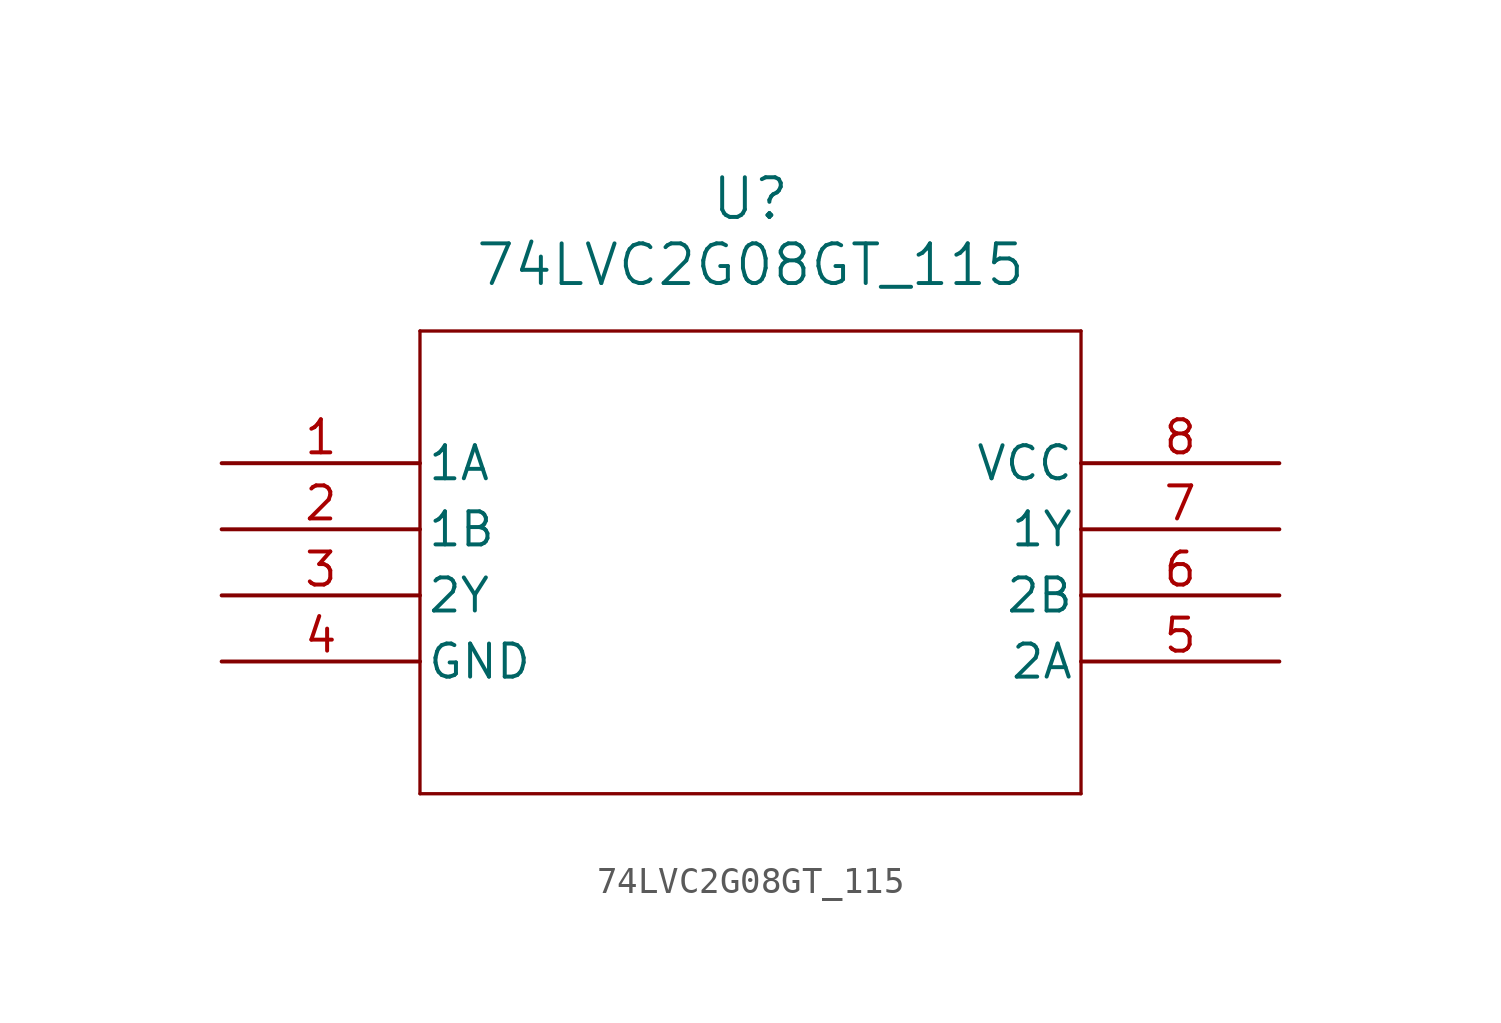
<source format=kicad_sym>
(kicad_symbol_lib
  (version 20211014)
  (generator kicad_symbol_editor)
  (symbol "74LVC2G08GT_115"
    (pin_names
      (offset 0.254))
    (property "Reference" "U"
      (at 20.32 10.16 0)
      (effects (font (size 1.524 1.524))))
    (property "Value" "74LVC2G08GT_115"
      (at 20.32 7.62 0)
      (effects (font (size 1.524 1.524))))
    (symbol "74LVC2G08GT_115_0_1"
      (polyline (pts (xy 7.62 5.08) (xy 7.62 -12.7)) (stroke (width 0.127) (type default) (color 0 0 0 0)) (fill (type none)))
      (polyline (pts (xy 7.62 -12.7) (xy 33.02 -12.7)) (stroke (width 0.127) (type default) (color 0 0 0 0)) (fill (type none)))
      (polyline (pts (xy 33.02 -12.7) (xy 33.02 5.08)) (stroke (width 0.127) (type default) (color 0 0 0 0)) (fill (type none)))
      (polyline (pts (xy 33.02 5.08) (xy 7.62 5.08)) (stroke (width 0.127) (type default) (color 0 0 0 0)) (fill (type none)))
      (pin input line (at 0 0 0) (length 7.62) (name "1A" (effects (font (size 1.27 1.27)))) (number "1" (effects (font (size 1.27 1.27)))))
      (pin input line (at 0 -2.54 0) (length 7.62) (name "1B" (effects (font (size 1.27 1.27)))) (number "2" (effects (font (size 1.27 1.27)))))
      (pin output line (at 0 -5.08 0) (length 7.62) (name "2Y" (effects (font (size 1.27 1.27)))) (number "3" (effects (font (size 1.27 1.27)))))
      (pin power_out line (at 0 -7.62 0) (length 7.62) (name "GND" (effects (font (size 1.27 1.27)))) (number "4" (effects (font (size 1.27 1.27)))))
      (pin input line (at 40.64 -7.62 180) (length 7.62) (name "2A" (effects (font (size 1.27 1.27)))) (number "5" (effects (font (size 1.27 1.27)))))
      (pin input line (at 40.64 -5.08 180) (length 7.62) (name "2B" (effects (font (size 1.27 1.27)))) (number "6" (effects (font (size 1.27 1.27)))))
      (pin output line (at 40.64 -2.54 180) (length 7.62) (name "1Y" (effects (font (size 1.27 1.27)))) (number "7" (effects (font (size 1.27 1.27)))))
      (pin power_in line (at 40.64 0 180) (length 7.62) (name "VCC" (effects (font (size 1.27 1.27)))) (number "8" (effects (font (size 1.27 1.27))))))))
</source>
